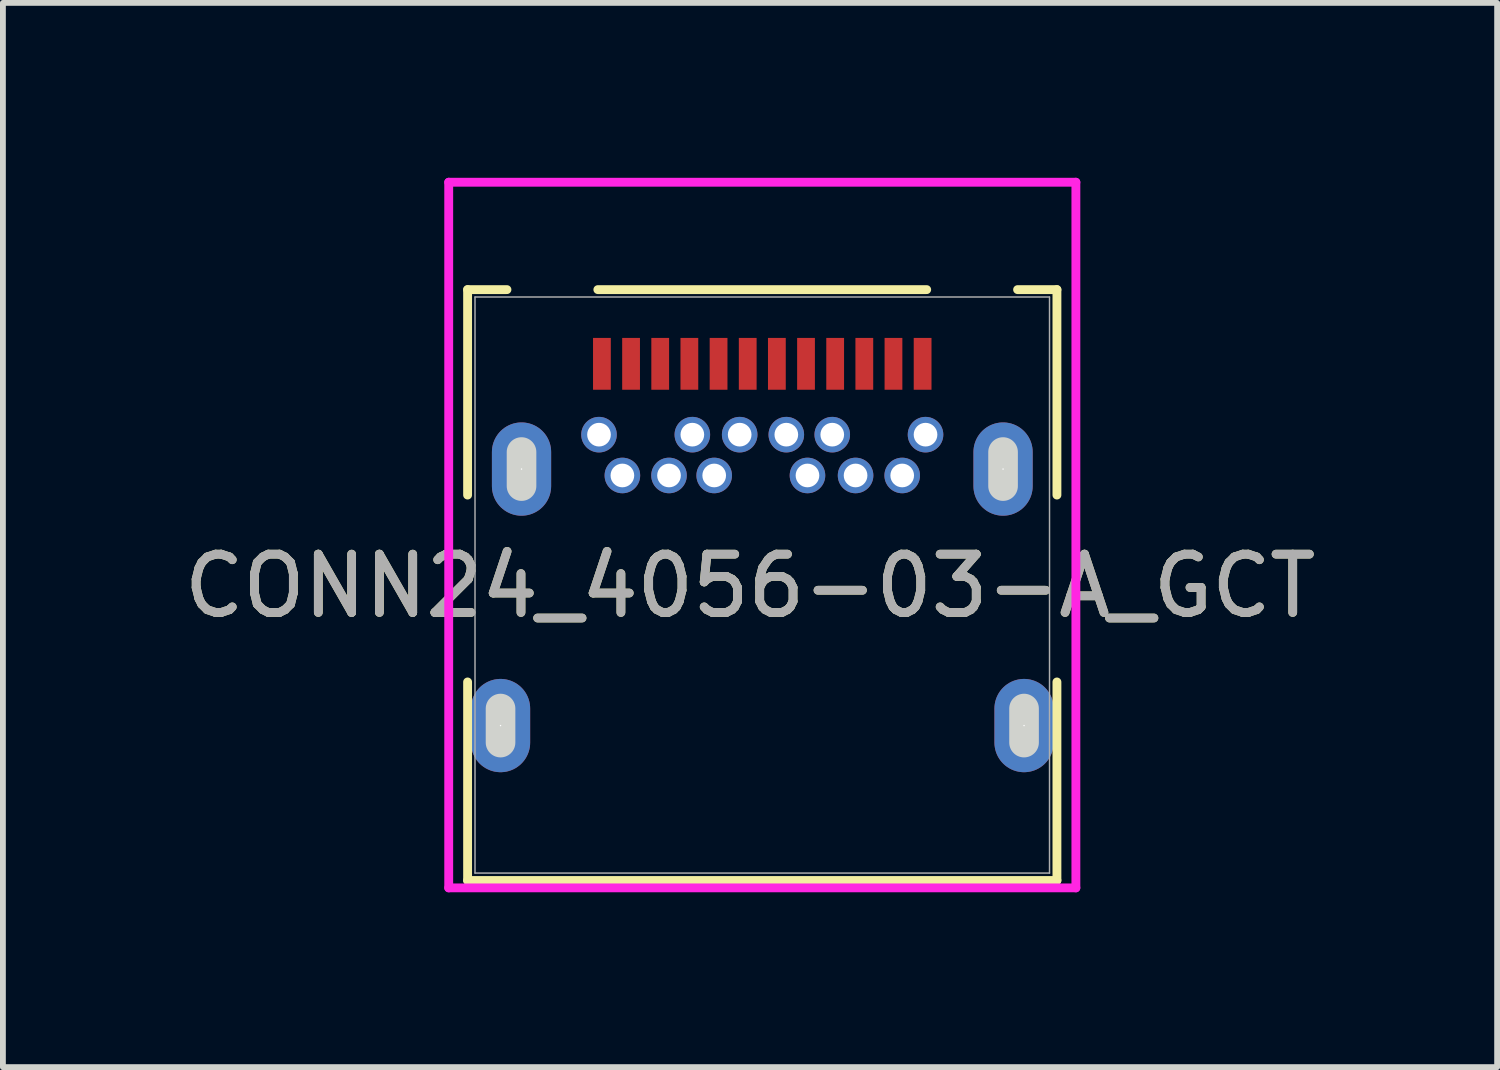
<source format=kicad_pcb>
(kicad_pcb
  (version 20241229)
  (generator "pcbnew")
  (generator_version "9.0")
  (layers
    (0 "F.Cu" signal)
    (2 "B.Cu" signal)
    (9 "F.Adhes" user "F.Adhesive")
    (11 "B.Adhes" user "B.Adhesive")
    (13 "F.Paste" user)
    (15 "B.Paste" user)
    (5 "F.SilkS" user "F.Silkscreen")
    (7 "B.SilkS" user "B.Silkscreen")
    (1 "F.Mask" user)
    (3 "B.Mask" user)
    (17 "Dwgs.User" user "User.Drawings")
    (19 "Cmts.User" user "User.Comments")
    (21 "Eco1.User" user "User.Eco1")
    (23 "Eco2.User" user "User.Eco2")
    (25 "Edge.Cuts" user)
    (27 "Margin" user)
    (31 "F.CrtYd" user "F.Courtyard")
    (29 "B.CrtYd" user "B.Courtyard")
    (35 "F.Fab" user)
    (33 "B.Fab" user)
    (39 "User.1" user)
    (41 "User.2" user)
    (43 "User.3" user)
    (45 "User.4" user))
  (footprint "CONN24_4056-03-A_GCT"
    (layer "F.Cu")
    (at 7.275 3.191)
    (property "Reference" "CONN24_4056-03-A_GCT" (at 2.54 3.81 0) (unlocked yes) (layer "F.SilkS") (effects (font (size 1 1) (thickness 0.15))))
    (attr through_hole)
    (fp_line (start -2.304 -1.273) (end -2.304 2.251) (stroke (width 0.152) (type solid)) (layer "F.SilkS"))
    (fp_line (start -2.304 5.457) (end -2.304 8.862) (stroke (width 0.152) (type solid)) (layer "F.SilkS"))
    (fp_line (start -2.304 8.862) (end 7.805 8.862) (stroke (width 0.152) (type solid)) (layer "F.SilkS"))
    (fp_line (start -1.629 -1.273) (end -2.304 -1.273) (stroke (width 0.152) (type solid)) (layer "F.SilkS"))
    (fp_line (start 5.571 -1.273) (end -0.07 -1.273) (stroke (width 0.152) (type solid)) (layer "F.SilkS"))
    (fp_line (start 7.805 -1.273) (end 7.13 -1.273) (stroke (width 0.152) (type solid)) (layer "F.SilkS"))
    (fp_line (start 7.805 2.251) (end 7.805 -1.273) (stroke (width 0.152) (type solid)) (layer "F.SilkS"))
    (fp_line (start 7.805 8.862) (end 7.805 5.457) (stroke (width 0.152) (type solid)) (layer "F.SilkS"))
    (fp_line (start -1.739 6.497) (end -1.739 5.913) (stroke (width 0.508) (type solid)) (layer "Edge.Cuts"))
    (fp_line (start -1.379 2.097) (end -1.379 1.513) (stroke (width 0.508) (type solid)) (layer "Edge.Cuts"))
    (fp_line (start 6.881 2.097) (end 6.881 1.513) (stroke (width 0.508) (type solid)) (layer "Edge.Cuts"))
    (fp_line (start 7.241 6.497) (end 7.241 5.913) (stroke (width 0.508) (type solid)) (layer "Edge.Cuts"))
    (fp_line (start -2.628 -3.115) (end -2.628 8.989) (stroke (width 0.152) (type solid)) (layer "F.CrtYd"))
    (fp_line (start -2.628 8.989) (end 8.13 8.989) (stroke (width 0.152) (type solid)) (layer "F.CrtYd"))
    (fp_line (start 8.13 -3.115) (end -2.628 -3.115) (stroke (width 0.152) (type solid)) (layer "F.CrtYd"))
    (fp_line (start 8.13 8.989) (end 8.13 -3.115) (stroke (width 0.152) (type solid)) (layer "F.CrtYd"))
    (fp_line (start -2.177 -1.146) (end -2.177 8.735) (stroke (width 0.025) (type solid)) (layer "F.Fab"))
    (fp_line (start -2.177 8.735) (end 7.678 8.735) (stroke (width 0.025) (type solid)) (layer "F.Fab"))
    (fp_line (start 7.678 -1.146) (end -2.177 -1.146) (stroke (width 0.025) (type solid)) (layer "F.Fab"))
    (fp_line (start 7.678 8.735) (end 7.678 -1.146) (stroke (width 0.025) (type solid)) (layer "F.Fab"))
    (fp_text user "${REFERENCE}" (at 2.54 3.81 0) (unlocked yes) (layer "F.Fab") (effects (font (size 1 1) (thickness 0.15))))
    (pad "25" thru_hole oval (at -1.379 1.805 90) (size 1.6 1.016) (drill 0.025) (layers "*.Cu" "*.Mask"))
    (pad "26" thru_hole oval (at -1.739 6.205 90) (size 1.6 1.016) (drill 0.025) (layers "*.Cu" "*.Mask"))
    (pad "27" thru_hole oval (at 6.881 1.805 90) (size 1.6 1.016) (drill 0.025) (layers "*.Cu" "*.Mask"))
    (pad "28" thru_hole oval (at 7.241 6.205 90) (size 1.6 1.016) (drill 0.025) (layers "*.Cu" "*.Mask"))
    (pad "A1" smd rect (at 0 0) (size 0.305 0.889) (layers "F.Cu" "F.Mask" "F.Paste"))
    (pad "A2" smd rect (at 0.5 0) (size 0.305 0.889) (layers "F.Cu" "F.Mask" "F.Paste"))
    (pad "A3" smd rect (at 1 0) (size 0.305 0.889) (layers "F.Cu" "F.Mask" "F.Paste"))
    (pad "A4" smd rect (at 1.5 0) (size 0.305 0.889) (layers "F.Cu" "F.Mask" "F.Paste"))
    (pad "A5" smd rect (at 2.001 0) (size 0.305 0.889) (layers "F.Cu" "F.Mask" "F.Paste"))
    (pad "A6" smd rect (at 2.501 0) (size 0.305 0.889) (layers "F.Cu" "F.Mask" "F.Paste"))
    (pad "A7" smd rect (at 3.001 0) (size 0.305 0.889) (layers "F.Cu" "F.Mask" "F.Paste"))
    (pad "A8" smd rect (at 3.501 0) (size 0.305 0.889) (layers "F.Cu" "F.Mask" "F.Paste"))
    (pad "A9" smd rect (at 4.001 0) (size 0.305 0.889) (layers "F.Cu" "F.Mask" "F.Paste"))
    (pad "A10" smd rect (at 4.501 0) (size 0.305 0.889) (layers "F.Cu" "F.Mask" "F.Paste"))
    (pad "A11" smd rect (at 5.001 0) (size 0.305 0.889) (layers "F.Cu" "F.Mask" "F.Paste"))
    (pad "A12" smd rect (at 5.501 0) (size 0.305 0.889) (layers "F.Cu" "F.Mask" "F.Paste"))
    (pad "B1" thru_hole circle (at 5.551 1.215) (size 0.61 0.61) (drill 0.406) (layers "*.Cu" "*.Mask"))
    (pad "B2" thru_hole circle (at 5.151 1.915) (size 0.61 0.61) (drill 0.406) (layers "*.Cu" "*.Mask"))
    (pad "B3" thru_hole circle (at 4.351 1.915) (size 0.61 0.61) (drill 0.406) (layers "*.Cu" "*.Mask"))
    (pad "B4" thru_hole circle (at 3.951 1.215) (size 0.61 0.61) (drill 0.406) (layers "*.Cu" "*.Mask"))
    (pad "B5" thru_hole circle (at 3.526 1.915) (size 0.61 0.61) (drill 0.406) (layers "*.Cu" "*.Mask"))
    (pad "B6" thru_hole circle (at 3.163 1.215) (size 0.61 0.61) (drill 0.406) (layers "*.Cu" "*.Mask"))
    (pad "B7" thru_hole circle (at 2.363 1.215) (size 0.61 0.61) (drill 0.406) (layers "*.Cu" "*.Mask"))
    (pad "B8" thru_hole circle (at 1.926 1.915) (size 0.61 0.61) (drill 0.406) (layers "*.Cu" "*.Mask"))
    (pad "B9" thru_hole circle (at 1.551 1.215) (size 0.61 0.61) (drill 0.406) (layers "*.Cu" "*.Mask"))
    (pad "B10" thru_hole circle (at 1.151 1.915) (size 0.61 0.61) (drill 0.406) (layers "*.Cu" "*.Mask"))
    (pad "B11" thru_hole circle (at 0.351 1.915) (size 0.61 0.61) (drill 0.406) (layers "*.Cu" "*.Mask"))
    (pad "B12" thru_hole circle (at -0.05 1.215) (size 0.61 0.61) (drill 0.406) (layers "*.Cu" "*.Mask")))
  (gr_rect
    (start -3 -3)
    (end 22.631 15.255)
    (stroke (width 0.1) (type default))
    (fill no)
    (layer "Edge.Cuts")))
</source>
